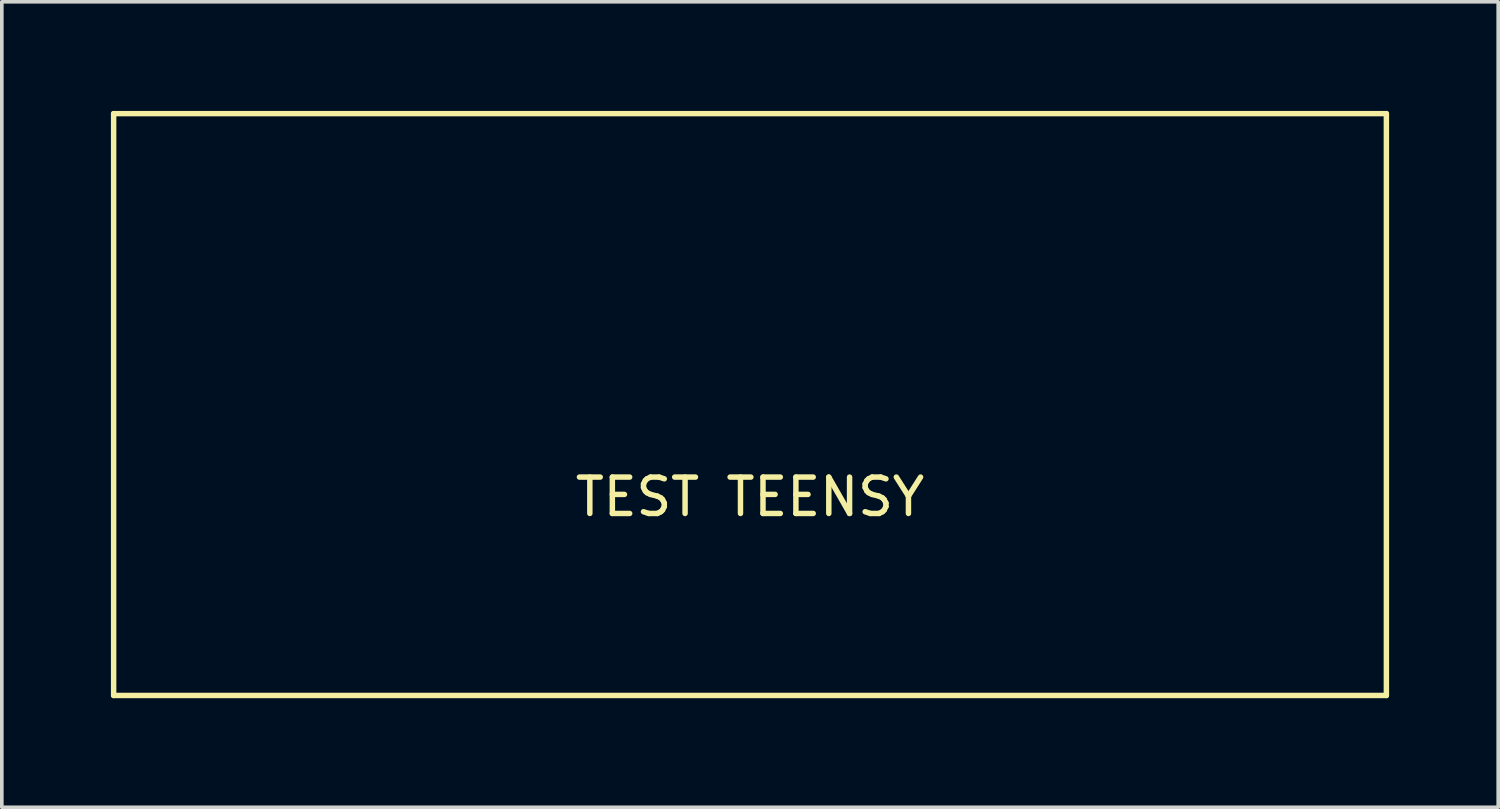
<source format=kicad_pcb>
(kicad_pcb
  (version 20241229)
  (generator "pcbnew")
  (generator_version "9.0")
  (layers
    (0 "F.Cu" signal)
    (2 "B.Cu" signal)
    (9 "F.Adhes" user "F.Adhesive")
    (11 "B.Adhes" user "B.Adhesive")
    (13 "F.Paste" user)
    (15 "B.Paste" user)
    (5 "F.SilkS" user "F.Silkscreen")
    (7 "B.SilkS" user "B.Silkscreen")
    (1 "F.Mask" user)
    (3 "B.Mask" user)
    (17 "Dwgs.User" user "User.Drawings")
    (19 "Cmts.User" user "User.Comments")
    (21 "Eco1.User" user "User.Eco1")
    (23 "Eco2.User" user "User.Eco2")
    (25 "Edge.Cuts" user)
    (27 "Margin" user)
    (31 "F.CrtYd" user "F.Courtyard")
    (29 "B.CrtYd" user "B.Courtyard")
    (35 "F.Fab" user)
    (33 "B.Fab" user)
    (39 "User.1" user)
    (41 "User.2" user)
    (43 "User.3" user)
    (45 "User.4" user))
  (footprint "TEST TEENSY"
    (layer "F.Cu")
    (at 17.575 8.075)
    (property "Reference" "TEST TEENSY" (at 0 2.54 0) (layer "F.SilkS") (effects (font (size 1 1) (thickness 0.15))))
    (attr through_hole)
    (fp_line (start -17.5 -8) (end -17.5 8) (stroke (width 0.15) (type solid)) (layer "F.SilkS"))
    (fp_line (start -17.5 8) (end 17.5 8) (stroke (width 0.15) (type solid)) (layer "F.SilkS"))
    (fp_line (start 17.5 -8) (end -17.5 -8) (stroke (width 0.15) (type solid)) (layer "F.SilkS"))
    (fp_line (start 17.5 8) (end 17.5 -8) (stroke (width 0.15) (type solid)) (layer "F.SilkS")))
  (gr_rect
    (start -3 -3)
    (end 38.15 19.15)
    (stroke (width 0.1) (type default))
    (fill no)
    (layer "Edge.Cuts")))
</source>
